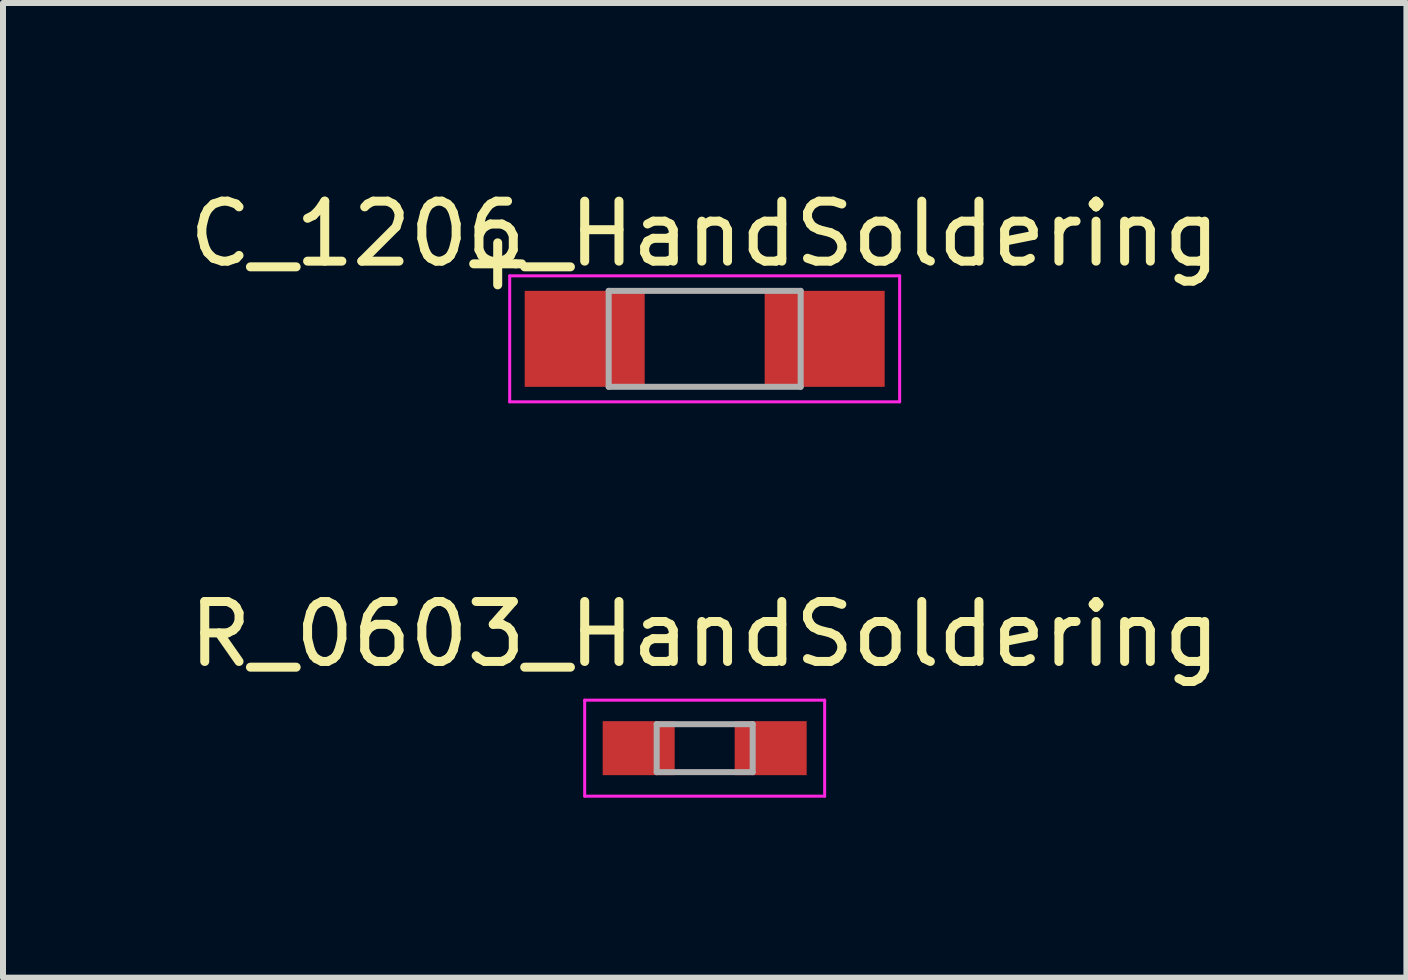
<source format=kicad_pcb>
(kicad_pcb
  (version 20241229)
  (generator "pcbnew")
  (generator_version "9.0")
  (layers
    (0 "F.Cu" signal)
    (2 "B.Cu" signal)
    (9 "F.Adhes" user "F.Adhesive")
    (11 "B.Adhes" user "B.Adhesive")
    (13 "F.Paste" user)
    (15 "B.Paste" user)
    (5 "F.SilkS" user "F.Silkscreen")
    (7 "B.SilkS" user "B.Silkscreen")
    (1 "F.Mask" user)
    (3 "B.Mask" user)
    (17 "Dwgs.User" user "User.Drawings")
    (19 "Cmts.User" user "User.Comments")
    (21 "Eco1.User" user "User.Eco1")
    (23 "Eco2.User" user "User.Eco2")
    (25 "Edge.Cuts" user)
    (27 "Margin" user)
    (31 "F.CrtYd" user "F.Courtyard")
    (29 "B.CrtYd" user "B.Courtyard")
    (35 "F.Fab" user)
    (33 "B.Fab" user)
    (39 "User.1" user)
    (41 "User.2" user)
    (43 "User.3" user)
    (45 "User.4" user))
  (footprint "R_0603_HandSoldering"
    (layer "F.Cu")
    (at 8.696 9.421)
    (property "Reference" "R_0603_HandSoldering" (at 0 -1.9 0) (layer "F.SilkS") (effects (font (size 1 1) (thickness 0.15))))
    (attr smd)
    (fp_line (start -2 -0.8) (end -2 0.8) (stroke (width 0.05) (type solid)) (layer "F.CrtYd"))
    (fp_line (start -2 -0.8) (end 2 -0.8) (stroke (width 0.05) (type solid)) (layer "F.CrtYd"))
    (fp_line (start -2 0.8) (end 2 0.8) (stroke (width 0.05) (type solid)) (layer "F.CrtYd"))
    (fp_line (start 2 -0.8) (end 2 0.8) (stroke (width 0.05) (type solid)) (layer "F.CrtYd"))
    (fp_line (start -0.8 -0.4) (end 0.8 -0.4) (stroke (width 0.1) (type solid)) (layer "F.Fab"))
    (fp_line (start -0.8 0.4) (end -0.8 -0.4) (stroke (width 0.1) (type solid)) (layer "F.Fab"))
    (fp_line (start 0.8 -0.4) (end 0.8 0.4) (stroke (width 0.1) (type solid)) (layer "F.Fab"))
    (fp_line (start 0.8 0.4) (end -0.8 0.4) (stroke (width 0.1) (type solid)) (layer "F.Fab"))
    (pad "1" smd rect (at -1.1 0) (size 1.2 0.9) (layers "F.Cu" "F.Mask" "F.Paste"))
    (pad "2" smd rect (at 1.1 0) (size 1.2 0.9) (layers "F.Cu" "F.Mask" "F.Paste")))
  (footprint "C_1206_HandSoldering"
    (layer "F.Cu")
    (at 8.696 2.598)
    (property "Reference" "C_1206_HandSoldering" (at 0 -1.75 0) (layer "F.SilkS") (effects (font (size 1 1) (thickness 0.15))))
    (attr smd)
    (fp_line (start -3.85 -1.25) (end -3.15 -1.25) (stroke (width 0.15) (type solid)) (layer "F.SilkS"))
    (fp_line (start -3.45 -1.6) (end -3.45 -0.9) (stroke (width 0.15) (type solid)) (layer "F.SilkS"))
    (fp_line (start -3.15 -1.25) (end -3.05 -1.25) (stroke (width 0.15) (type solid)) (layer "F.SilkS"))
    (fp_line (start -3.25 -1.05) (end -3.25 1.05) (stroke (width 0.05) (type solid)) (layer "F.CrtYd"))
    (fp_line (start -3.25 -1.05) (end 3.25 -1.05) (stroke (width 0.05) (type solid)) (layer "F.CrtYd"))
    (fp_line (start 3.25 1.05) (end -3.25 1.05) (stroke (width 0.05) (type solid)) (layer "F.CrtYd"))
    (fp_line (start 3.25 1.05) (end 3.25 -1.05) (stroke (width 0.05) (type solid)) (layer "F.CrtYd"))
    (fp_line (start -1.6 -0.8) (end 1.6 -0.8) (stroke (width 0.1) (type solid)) (layer "F.Fab"))
    (fp_line (start -1.6 0.8) (end -1.6 -0.8) (stroke (width 0.1) (type solid)) (layer "F.Fab"))
    (fp_line (start 1.6 -0.8) (end 1.6 0.8) (stroke (width 0.1) (type solid)) (layer "F.Fab"))
    (fp_line (start 1.6 0.8) (end -1.6 0.8) (stroke (width 0.1) (type solid)) (layer "F.Fab"))
    (pad "1" smd rect (at -2 0) (size 2 1.6) (layers "F.Cu" "F.Mask" "F.Paste"))
    (pad "2" smd rect (at 2 0) (size 2 1.6) (layers "F.Cu" "F.Mask" "F.Paste")))
  (gr_rect
    (start -3 -3)
    (end 20.393 13.246)
    (stroke (width 0.1) (type default))
    (fill no)
    (layer "Edge.Cuts")))
</source>
